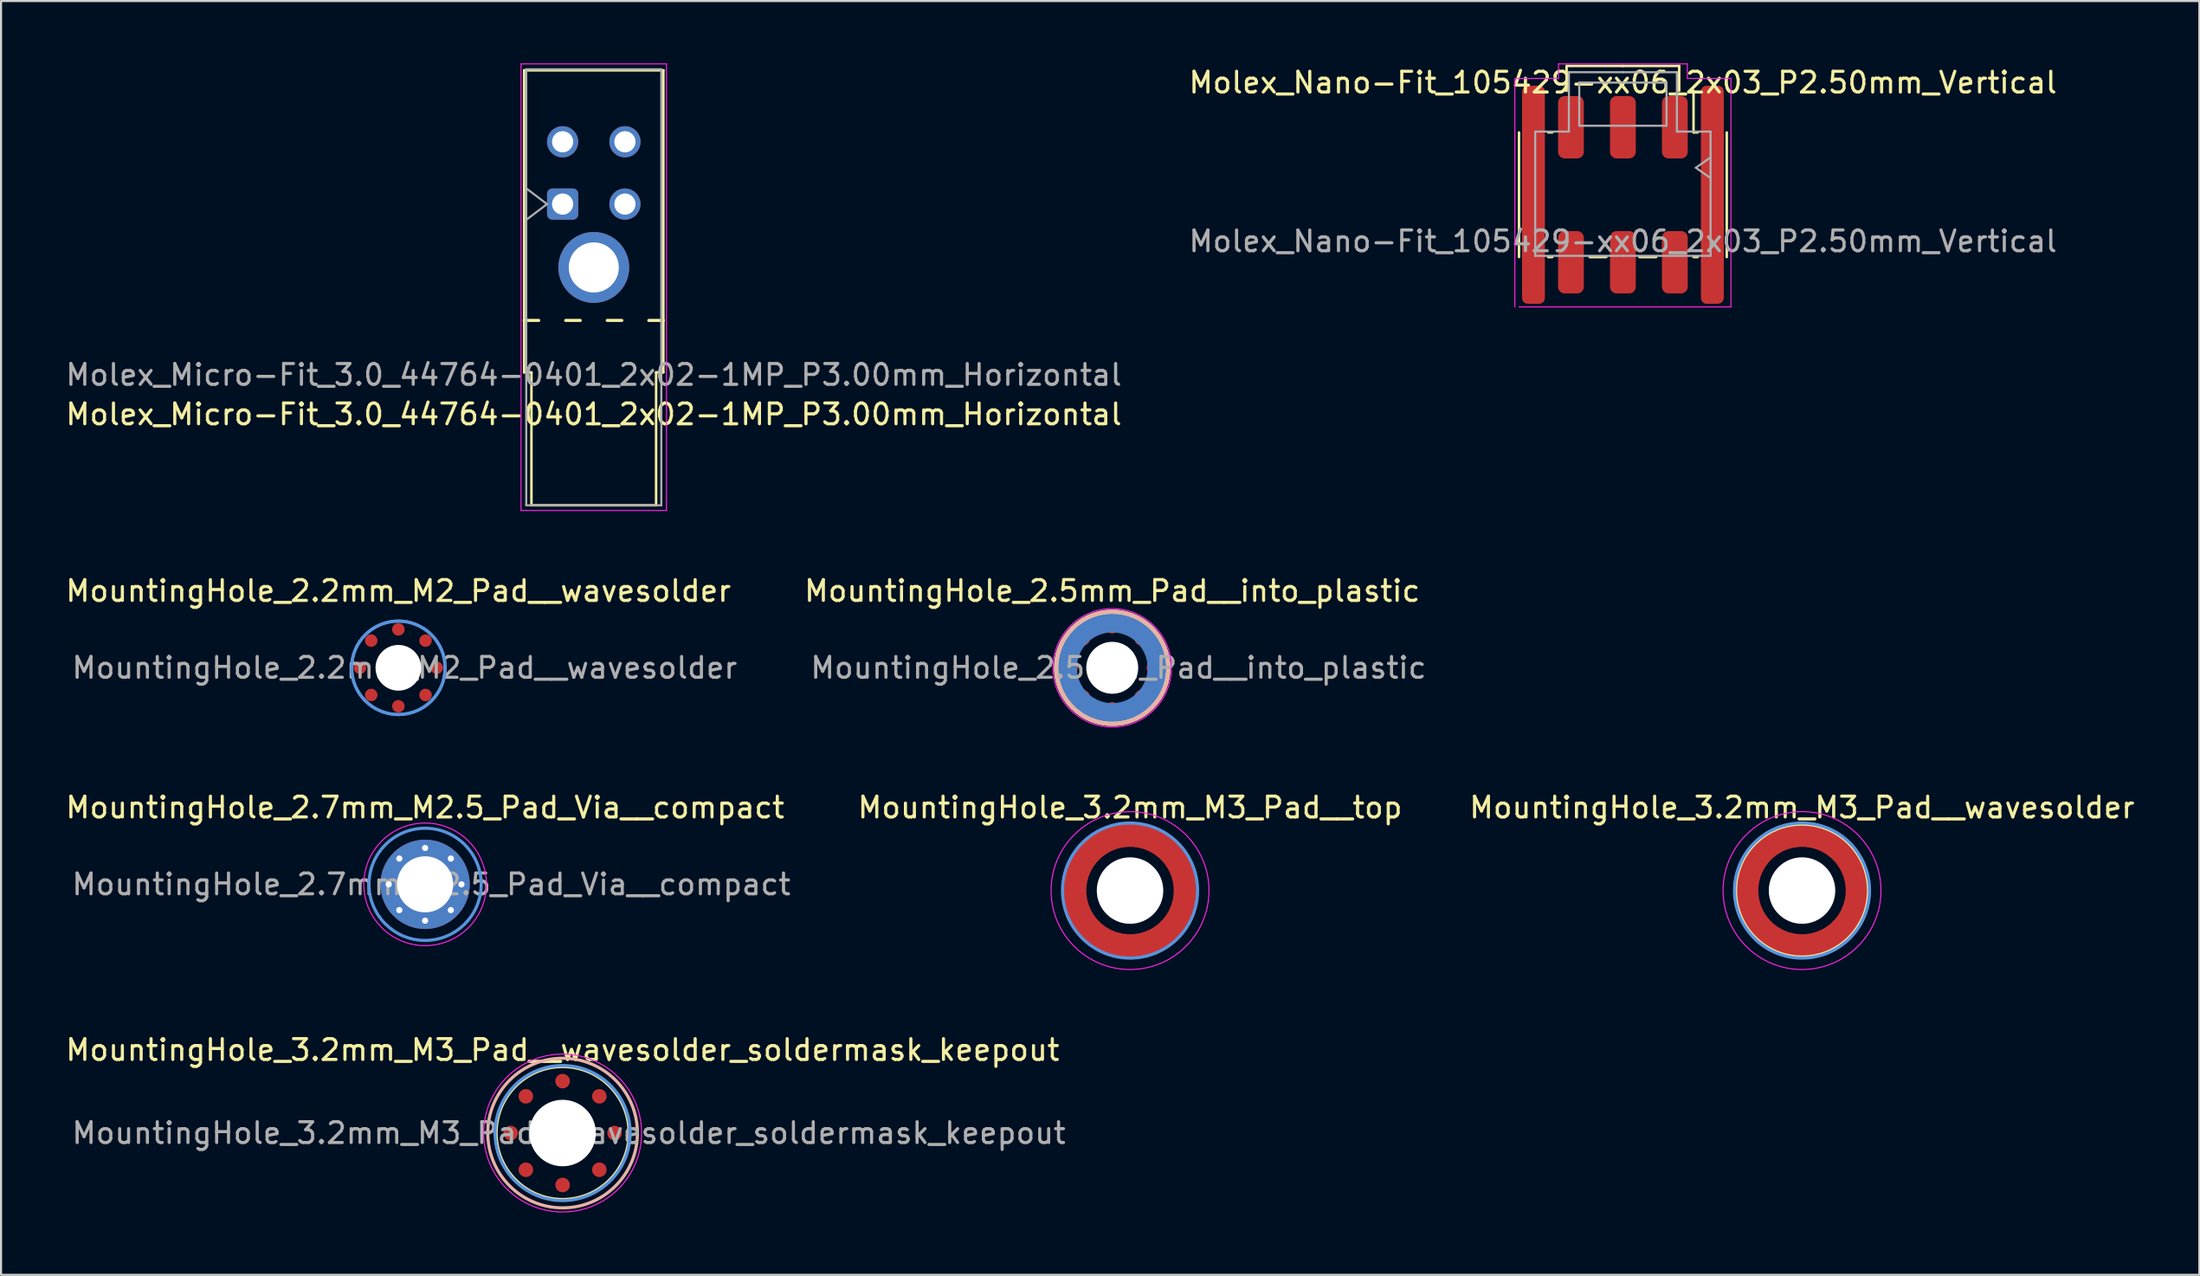
<source format=kicad_pcb>
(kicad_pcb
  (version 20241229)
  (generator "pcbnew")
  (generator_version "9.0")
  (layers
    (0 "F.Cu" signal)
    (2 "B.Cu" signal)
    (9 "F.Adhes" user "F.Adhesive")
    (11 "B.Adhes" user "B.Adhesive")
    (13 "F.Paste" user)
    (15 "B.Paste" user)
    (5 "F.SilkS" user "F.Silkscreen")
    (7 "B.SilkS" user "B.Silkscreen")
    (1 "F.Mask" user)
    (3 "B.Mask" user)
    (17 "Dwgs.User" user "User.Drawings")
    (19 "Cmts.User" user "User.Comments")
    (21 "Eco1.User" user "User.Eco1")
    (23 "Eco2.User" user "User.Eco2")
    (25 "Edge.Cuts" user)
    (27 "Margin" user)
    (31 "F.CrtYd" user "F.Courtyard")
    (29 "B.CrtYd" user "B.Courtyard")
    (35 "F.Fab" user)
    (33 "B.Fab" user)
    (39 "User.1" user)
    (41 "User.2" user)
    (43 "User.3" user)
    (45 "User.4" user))
  (footprint "MountingHole_3.2mm_M3_Pad__wavesolder_soldermask_keepout"
    (layer "F.Cu")
    (at 24.03 51.495)
    (property "Reference" "MountingHole_3.2mm_M3_Pad__wavesolder_soldermask_keepout" (at 0 -4 0) (layer "F.SilkS") (effects (font (size 1 1) (thickness 0.15))))
    (attr exclude_from_pos_files exclude_from_bom)
    (fp_circle (center 0 0) (end 3.2 0) (stroke (width 0.15) (type solid)) (fill no) (layer "F.SilkS"))
    (fp_circle (center 0 0) (end 3.6 0.1) (stroke (width 0.15) (type solid)) (fill no) (layer "B.SilkS"))
    (fp_circle (center 0 0) (end 3.25 0) (stroke (width 0.15) (type solid)) (fill no) (layer "Cmts.User"))
    (fp_circle (center 0 0) (end 3.8 0) (stroke (width 0.05) (type solid)) (fill no) (layer "F.CrtYd"))
    (fp_text user "${REFERENCE}" (at 0.3 0 0) (layer "F.Fab") (effects (font (size 1 1) (thickness 0.15))))
    (pad "" np_thru_hole circle (at 0 0) (size 3.2 3.2) (drill 3.2) (layers "*.Cu" "*.Mask"))
    (pad "" smd circle (at 0 0) (size 6.6 6.6) (layers "B.Mask"))
    (pad "1" smd circle (at -2.5 0 90) (size 0.7 0.7) (layers "F.Cu" "F.Mask" "F.Paste"))
    (pad "1" smd circle (at -1.768 -1.768 45) (size 0.7 0.7) (layers "F.Cu" "F.Mask" "F.Paste"))
    (pad "1" smd circle (at -1.768 1.768 135) (size 0.7 0.7) (layers "F.Cu" "F.Mask" "F.Paste"))
    (pad "1" smd circle (at 0 -2.5) (size 0.7 0.7) (layers "F.Cu" "F.Mask" "F.Paste"))
    (pad "1" smd circle (at 0 2.5 180) (size 0.7 0.7) (layers "F.Cu" "F.Mask" "F.Paste"))
    (pad "1" smd circle (at 1.768 -1.768 315) (size 0.7 0.7) (layers "F.Cu" "F.Mask" "F.Paste"))
    (pad "1" smd circle (at 1.768 1.768 225) (size 0.7 0.7) (layers "F.Cu" "F.Mask" "F.Paste"))
    (pad "1" smd circle (at 2.5 0 270) (size 0.7 0.7) (layers "F.Cu" "F.Mask" "F.Paste")))
  (footprint "MountingHole_3.2mm_M3_Pad__top"
    (layer "F.Cu")
    (at 51.342 39.822)
    (property "Reference" "MountingHole_3.2mm_M3_Pad__top" (at 0 -4 0) (layer "F.SilkS") (effects (font (size 1 1) (thickness 0.15))))
    (attr exclude_from_pos_files exclude_from_bom)
    (fp_circle (center 0 0) (end 2.1 0) (stroke (width 0) (type solid)) (fill yes) (layer "F.Mask"))
    (fp_circle (center 0 0) (end 3.25 0) (stroke (width 0.15) (type solid)) (fill no) (layer "Cmts.User"))
    (fp_circle (center 0 0) (end 3.8 0) (stroke (width 0.05) (type solid)) (fill no) (layer "F.CrtYd"))
    (pad "" np_thru_hole circle (at 0 0) (size 3.2 3.2) (drill 3.2) (layers "*.Cu" "*.Mask"))
    (pad "1" smd custom (at -0.957 -2.31 22.5) (size 0.7 0.7) (layers "F.Cu" "F.Mask") (options (anchor circle)) (primitives (gr_circle (center 0 2.5) (end 2.7 2.5) (width 1.2) (fill no)))))
  (footprint "MountingHole_2.5mm_Pad__into_plastic"
    (layer "F.Cu")
    (at 50.485 29.098)
    (property "Reference" "MountingHole_2.5mm_Pad__into_plastic" (at 0 -3.7 0) (layer "F.SilkS") (effects (font (size 1 1) (thickness 0.15))))
    (attr exclude_from_pos_files exclude_from_bom)
    (fp_circle (center 0 0) (end 2.7 0) (stroke (width 0.2) (type solid)) (fill no) (layer "F.SilkS"))
    (fp_circle (center 0 0) (end 2.7 0) (stroke (width 0.2) (type solid)) (fill no) (layer "B.SilkS"))
    (fp_circle (center 0 0) (end 2.85 0) (stroke (width 0.05) (type solid)) (fill no) (layer "F.CrtYd"))
    (fp_text user "${REFERENCE}" (at 0.3 0 0) (layer "F.Fab") (effects (font (size 1 1) (thickness 0.15))))
    (pad "" smd custom (at 0 -2.2) (size 0.5 0.5) (layers "B.Cu") (options (anchor circle)) (primitives (gr_circle (center 0 2.2) (end 2.2 2.2) (width 1) (fill no))))
    (pad "" np_thru_hole circle (at 0 0) (size 2.5 2.5) (drill 2.5) (layers "*.Cu" "*.Mask"))
    (pad "1" smd circle (at -2 0 90) (size 0.7 0.7) (layers "F.Cu" "F.Mask" "F.Paste"))
    (pad "1" smd circle (at -1.414 -1.414 45) (size 0.7 0.7) (layers "F.Cu" "F.Mask" "F.Paste"))
    (pad "1" smd circle (at -1.414 1.414 135) (size 0.7 0.7) (layers "F.Cu" "F.Mask" "F.Paste"))
    (pad "1" smd circle (at 0 -2) (size 0.7 0.7) (layers "F.Cu" "F.Mask" "F.Paste"))
    (pad "1" smd circle (at 0 2 180) (size 0.7 0.7) (layers "F.Cu" "F.Mask" "F.Paste"))
    (pad "1" smd circle (at 1.414 -1.414 315) (size 0.7 0.7) (layers "F.Cu" "F.Mask" "F.Paste"))
    (pad "1" smd circle (at 1.414 1.414 225) (size 0.7 0.7) (layers "F.Cu" "F.Mask" "F.Paste"))
    (pad "1" smd circle (at 2 0 270) (size 0.7 0.7) (layers "F.Cu" "F.Mask" "F.Paste")))
  (footprint "Molex_Nano-Fit_105429-xx06_2x03_P2.50mm_Vertical"
    (layer "F.Cu")
    (at 75.065 6.325)
    (property "Reference" "Molex_Nano-Fit_105429-xx06_2x03_P2.50mm_Vertical" (at 0 -5.4 0) (layer "F.SilkS") (effects (font (size 1 1) (thickness 0.15))))
    (attr smd)
    (fp_line (start -5 3) (end -5 -3) (stroke (width 0.12) (type solid)) (layer "F.SilkS"))
    (fp_line (start -3.6 3) (end -3.4 3) (stroke (width 0.12) (type solid)) (layer "F.SilkS"))
    (fp_line (start -3.59 -3) (end -3.4 -3) (stroke (width 0.12) (type solid)) (layer "F.SilkS"))
    (fp_line (start -2.71 -6.2) (end 0 -6.2) (stroke (width 0.12) (type solid)) (layer "F.SilkS"))
    (fp_line (start -2.71 -5) (end -2.71 -6.2) (stroke (width 0.12) (type solid)) (layer "F.SilkS"))
    (fp_line (start -1.6 3) (end -0.8 3) (stroke (width 0.12) (type solid)) (layer "F.SilkS"))
    (fp_line (start 0.8 3) (end 1.6 3) (stroke (width 0.12) (type solid)) (layer "F.SilkS"))
    (fp_line (start 2.71 -6.2) (end 0 -6.2) (stroke (width 0.12) (type solid)) (layer "F.SilkS"))
    (fp_line (start 2.71 -5) (end 2.71 -6.2) (stroke (width 0.12) (type solid)) (layer "F.SilkS"))
    (fp_line (start 3.4 -5) (end 3.2 -5) (stroke (width 0.12) (type solid)) (layer "F.SilkS"))
    (fp_line (start 3.4 -5) (end 3.4 -3) (stroke (width 0.12) (type solid)) (layer "F.SilkS"))
    (fp_line (start 3.4 3) (end 3.6 3) (stroke (width 0.12) (type solid)) (layer "F.SilkS"))
    (fp_line (start 3.6 -3) (end 3.4 -3) (stroke (width 0.12) (type solid)) (layer "F.SilkS"))
    (fp_line (start 5 3) (end 5 -3) (stroke (width 0.12) (type solid)) (layer "F.SilkS"))
    (fp_line (start -5.2 5.4) (end -5.2 -5.6) (stroke (width 0.05) (type solid)) (layer "F.CrtYd"))
    (fp_line (start -5 5.4) (end 5.2 5.4) (stroke (width 0.05) (type solid)) (layer "F.CrtYd"))
    (fp_line (start -3.1 -6.3) (end -3.1 -5.6) (stroke (width 0.05) (type solid)) (layer "F.CrtYd"))
    (fp_line (start -3.1 -6.3) (end 0 -6.3) (stroke (width 0.05) (type solid)) (layer "F.CrtYd"))
    (fp_line (start -3.1 -5.6) (end -5.2 -5.6) (stroke (width 0.05) (type solid)) (layer "F.CrtYd"))
    (fp_line (start 3.1 -6.3) (end 0 -6.3) (stroke (width 0.05) (type solid)) (layer "F.CrtYd"))
    (fp_line (start 3.1 -5.6) (end 3.1 -6.3) (stroke (width 0.05) (type solid)) (layer "F.CrtYd"))
    (fp_line (start 5.2 -5.6) (end 3.1 -5.6) (stroke (width 0.05) (type solid)) (layer "F.CrtYd"))
    (fp_line (start 5.2 5.4) (end 5.2 -5.6) (stroke (width 0.05) (type solid)) (layer "F.CrtYd"))
    (fp_line (start -4.22 -3.04) (end -2.6 -3.04) (stroke (width 0.1) (type solid)) (layer "F.Fab"))
    (fp_line (start -4.22 2.94) (end -4.22 -3.04) (stroke (width 0.1) (type solid)) (layer "F.Fab"))
    (fp_line (start -2.6 -5.9) (end 0 -5.9) (stroke (width 0.1) (type solid)) (layer "F.Fab"))
    (fp_line (start -2.6 -3.04) (end -2.6 -5.9) (stroke (width 0.1) (type solid)) (layer "F.Fab"))
    (fp_line (start -2.1 -5.4) (end -2.1 -3.32) (stroke (width 0.1) (type solid)) (layer "F.Fab"))
    (fp_line (start -2.1 -3.32) (end 2.1 -3.32) (stroke (width 0.1) (type solid)) (layer "F.Fab"))
    (fp_line (start 0 2.94) (end -4.22 2.94) (stroke (width 0.1) (type solid)) (layer "F.Fab"))
    (fp_line (start 0 2.94) (end 4.22 2.94) (stroke (width 0.1) (type solid)) (layer "F.Fab"))
    (fp_line (start 2.1 -5.4) (end -2.1 -5.4) (stroke (width 0.1) (type solid)) (layer "F.Fab"))
    (fp_line (start 2.1 -3.32) (end 2.1 -5.4) (stroke (width 0.1) (type solid)) (layer "F.Fab"))
    (fp_line (start 2.6 -5.9) (end 0 -5.9) (stroke (width 0.1) (type solid)) (layer "F.Fab"))
    (fp_line (start 2.6 -3.04) (end 2.6 -5.9) (stroke (width 0.1) (type solid)) (layer "F.Fab"))
    (fp_line (start 3.513 -1.3) (end 4.22 -0.8) (stroke (width 0.1) (type solid)) (layer "F.Fab"))
    (fp_line (start 4.22 -3.04) (end 2.6 -3.04) (stroke (width 0.1) (type solid)) (layer "F.Fab"))
    (fp_line (start 4.22 -1.8) (end 3.513 -1.3) (stroke (width 0.1) (type solid)) (layer "F.Fab"))
    (fp_line (start 4.22 2.94) (end 4.22 -3.04) (stroke (width 0.1) (type solid)) (layer "F.Fab"))
    (fp_text user "${REFERENCE}" (at 0 2.24 0) (layer "F.Fab") (effects (font (size 1 1) (thickness 0.15))))
    (pad "0" smd roundrect (at -4.305 0) (size 1.1 10.5) (layers "F.Cu" "F.Mask" "F.Paste") (roundrect_rratio 0.25))
    (pad "0" smd roundrect (at 4.305 0 180) (size 1.1 10.5) (layers "F.Cu" "F.Mask" "F.Paste") (roundrect_rratio 0.25))
    (pad "1" smd roundrect (at 2.5 -3.25) (size 1.24 3) (layers "F.Cu" "F.Mask" "F.Paste") (roundrect_rratio 0.25))
    (pad "2" smd roundrect (at 0 -3.25) (size 1.24 3) (layers "F.Cu" "F.Mask" "F.Paste") (roundrect_rratio 0.25))
    (pad "3" smd roundrect (at -2.5 -3.25) (size 1.24 3) (layers "F.Cu" "F.Mask" "F.Paste") (roundrect_rratio 0.25))
    (pad "4" smd roundrect (at 2.5 3.25 180) (size 1.24 3) (layers "F.Cu" "F.Mask" "F.Paste") (roundrect_rratio 0.25))
    (pad "5" smd roundrect (at 0 3.25 180) (size 1.24 3) (layers "F.Cu" "F.Mask" "F.Paste") (roundrect_rratio 0.25))
    (pad "6" smd roundrect (at -2.5 3.25 180) (size 1.24 3) (layers "F.Cu" "F.Mask" "F.Paste") (roundrect_rratio 0.25)))
  (footprint "Molex_Micro-Fit_3.0_44764-0401_2x02-1MP_P3.00mm_Horizontal"
    (layer "F.Cu")
    (at 25.53 6.775)
    (property "Reference" "Molex_Micro-Fit_3.0_44764-0401_2x02-1MP_P3.00mm_Horizontal" (at 0 10.12 180) (layer "F.SilkS") (effects (font (size 1 1) (thickness 0.15))))
    (attr through_hole)
    (fp_line (start -3.35 -6.44) (end -3.35 8.1) (stroke (width 0.12) (type solid)) (layer "F.SilkS"))
    (fp_line (start -3.35 -6.44) (end 3.35 -6.44) (stroke (width 0.12) (type solid)) (layer "F.SilkS"))
    (fp_line (start -3.35 8.1) (end -3 8.1) (stroke (width 0.12) (type solid)) (layer "F.SilkS"))
    (fp_line (start -3 8.1) (end -3 14.5) (stroke (width 0.12) (type solid)) (layer "F.SilkS"))
    (fp_line (start -3 14.5) (end 3 14.5) (stroke (width 0.12) (type solid)) (layer "F.SilkS"))
    (fp_line (start -2.65 5.6) (end -3.35 5.6) (stroke (width 0.15) (type solid)) (layer "F.SilkS"))
    (fp_line (start -0.65 5.6) (end -1.35 5.6) (stroke (width 0.15) (type solid)) (layer "F.SilkS"))
    (fp_line (start 1.35 5.6) (end 0.65 5.6) (stroke (width 0.15) (type solid)) (layer "F.SilkS"))
    (fp_line (start 3 8.1) (end 3 14.5) (stroke (width 0.12) (type solid)) (layer "F.SilkS"))
    (fp_line (start 3 8.1) (end 3.35 8.1) (stroke (width 0.12) (type solid)) (layer "F.SilkS"))
    (fp_line (start 3.35 -6.44) (end 3.35 8.1) (stroke (width 0.12) (type solid)) (layer "F.SilkS"))
    (fp_line (start 3.35 5.6) (end 2.65 5.6) (stroke (width 0.15) (type solid)) (layer "F.SilkS"))
    (fp_line (start 5.8 5.6) (end -5.8 5.6) (stroke (width 0.05) (type solid)) (layer "Eco2.User"))
    (fp_line (start -3.5 -6.75) (end -3.5 14.75) (stroke (width 0.05) (type solid)) (layer "F.CrtYd"))
    (fp_line (start -3.5 -6.75) (end 3.5 -6.75) (stroke (width 0.05) (type solid)) (layer "F.CrtYd"))
    (fp_line (start 3.5 14.75) (end -3.5 14.75) (stroke (width 0.05) (type solid)) (layer "F.CrtYd"))
    (fp_line (start 3.5 14.75) (end 3.5 -6.75) (stroke (width 0.05) (type solid)) (layer "F.CrtYd"))
    (fp_line (start -3.25 -6.49) (end 3.25 -6.49) (stroke (width 0.1) (type solid)) (layer "F.Fab"))
    (fp_line (start -3.25 14.5) (end -3.25 -6.49) (stroke (width 0.1) (type solid)) (layer "F.Fab"))
    (fp_line (start -3.24 -0.75) (end -2.25 0) (stroke (width 0.1) (type solid)) (layer "F.Fab"))
    (fp_line (start -2.25 0) (end -3.24 0.75) (stroke (width 0.1) (type solid)) (layer "F.Fab"))
    (fp_line (start 3.25 -6.49) (end 3.25 14.5) (stroke (width 0.1) (type solid)) (layer "F.Fab"))
    (fp_line (start 3.25 14.5) (end -3.25 14.5) (stroke (width 0.1) (type solid)) (layer "F.Fab"))
    (fp_text user "PCB Edge" (at 0 6.5 0) (layer "Eco2.User") (effects (font (size 0.7 0.7) (thickness 0.15))))
    (fp_text user "${REFERENCE}" (at 0 8.22 180) (layer "F.Fab") (effects (font (size 1 1) (thickness 0.15))))
    (pad "1" thru_hole roundrect (at -1.5 0 180) (size 1.5 1.5) (drill 1.02) (layers "*.Cu" "*.Mask") (roundrect_rratio 0.167))
    (pad "2" thru_hole circle (at 1.5 0 180) (size 1.5 1.5) (drill 1.02) (layers "*.Cu" "*.Mask"))
    (pad "3" thru_hole circle (at -1.5 -3 180) (size 1.5 1.5) (drill 1.02) (layers "*.Cu" "*.Mask"))
    (pad "4" thru_hole circle (at 1.5 -3 180) (size 1.5 1.5) (drill 1.02) (layers "*.Cu" "*.Mask"))
    (pad "MP" thru_hole circle (at 0 3.05 180) (size 3.41 3.41) (drill 2.41) (layers "*.Cu" "*.Mask")))
  (footprint "MountingHole_3.2mm_M3_Pad__wavesolder"
    (layer "F.Cu")
    (at 83.687 39.822)
    (property "Reference" "MountingHole_3.2mm_M3_Pad__wavesolder" (at 0 -4 0) (layer "F.SilkS") (effects (font (size 1 1) (thickness 0.15))))
    (attr exclude_from_pos_files exclude_from_bom)
    (fp_circle (center 0 0) (end 3.2 0) (stroke (width 0.15) (type solid)) (fill no) (layer "F.SilkS"))
    (fp_circle (center 0 0) (end 3.25 0) (stroke (width 0.15) (type solid)) (fill no) (layer "Cmts.User"))
    (fp_circle (center 0 0) (end 3.8 0) (stroke (width 0.05) (type solid)) (fill no) (layer "F.CrtYd"))
    (pad "" np_thru_hole circle (at 0 0) (size 3.2 3.2) (drill 3.2) (layers "*.Cu" "*.Mask"))
    (pad "1" smd circle (at -2.5 0 90) (size 0.7 0.7) (layers "F.Cu" "F.Mask" "F.Paste"))
    (pad "1" smd circle (at -1.768 -1.768 45) (size 0.7 0.7) (layers "F.Cu" "F.Mask" "F.Paste"))
    (pad "1" smd circle (at -1.768 1.768 135) (size 0.7 0.7) (layers "F.Cu" "F.Mask" "F.Paste"))
    (pad "1" smd custom (at -0.957 -2.31 22.5) (size 0.7 0.7) (layers "F.Cu") (options (anchor circle)) (primitives (gr_circle (center 0 2.5) (end 2.7 2.5) (width 1.2) (fill no))))
    (pad "1" smd circle (at 0 -2.5) (size 0.7 0.7) (layers "F.Cu" "F.Mask" "F.Paste"))
    (pad "1" smd circle (at 0 2.5 180) (size 0.7 0.7) (layers "F.Cu" "F.Mask" "F.Paste"))
    (pad "1" smd circle (at 1.768 -1.768 315) (size 0.7 0.7) (layers "F.Cu" "F.Mask" "F.Paste"))
    (pad "1" smd circle (at 1.768 1.768 225) (size 0.7 0.7) (layers "F.Cu" "F.Mask" "F.Paste"))
    (pad "1" smd circle (at 2.5 0 270) (size 0.7 0.7) (layers "F.Cu" "F.Mask" "F.Paste")))
  (footprint "MountingHole_2.7mm_M2.5_Pad_Via__compact"
    (layer "F.Cu")
    (at 17.411 39.522)
    (property "Reference" "MountingHole_2.7mm_M2.5_Pad_Via__compact" (at 0 -3.7 0) (layer "F.SilkS") (effects (font (size 1 1) (thickness 0.15))))
    (attr exclude_from_pos_files exclude_from_bom)
    (fp_circle (center 0 0) (end 2.7 0) (stroke (width 0.15) (type solid)) (fill no) (layer "Cmts.User"))
    (fp_circle (center 0 0) (end 2.95 0) (stroke (width 0.05) (type solid)) (fill no) (layer "F.CrtYd"))
    (fp_text user "${REFERENCE}" (at 0.3 0 0) (layer "F.Fab") (effects (font (size 1 1) (thickness 0.15))))
    (pad "1" thru_hole circle (at -1.75 0 90) (size 0.7 0.7) (drill 0.3) (layers "*.Cu" "*.Mask"))
    (pad "1" thru_hole circle (at -1.24 -1.24 90) (size 0.7 0.7) (drill 0.3) (layers "*.Cu" "*.Mask"))
    (pad "1" thru_hole circle (at -1.24 1.24 180) (size 0.7 0.7) (drill 0.3) (layers "*.Cu" "*.Mask"))
    (pad "1" thru_hole circle (at 0 -1.75) (size 0.7 0.7) (drill 0.3) (layers "*.Cu" "*.Mask"))
    (pad "1" thru_hole circle (at 0 0) (size 4.3 4.3) (drill 2.7) (layers "*.Cu" "*.Mask"))
    (pad "1" thru_hole circle (at 0 1.75 180) (size 0.7 0.7) (drill 0.3) (layers "*.Cu" "*.Mask"))
    (pad "1" thru_hole circle (at 1.24 -1.24) (size 0.7 0.7) (drill 0.3) (layers "*.Cu" "*.Mask"))
    (pad "1" thru_hole circle (at 1.24 1.24 270) (size 0.7 0.7) (drill 0.3) (layers "*.Cu" "*.Mask"))
    (pad "1" thru_hole circle (at 1.75 0 270) (size 0.7 0.7) (drill 0.3) (layers "*.Cu" "*.Mask")))
  (footprint "MountingHole_2.2mm_M2_Pad__wavesolder"
    (layer "F.Cu")
    (at 16.125 29.098)
    (property "Reference" "MountingHole_2.2mm_M2_Pad__wavesolder" (at 0 -3.7 0) (layer "F.SilkS") (effects (font (size 1 1) (thickness 0.15))))
    (attr exclude_from_pos_files exclude_from_bom)
    (fp_circle (center 0 0) (end 2.25 0) (stroke (width 0.15) (type solid)) (fill no) (layer "B.Cu"))
    (fp_circle (center 0 0) (end 2.25 0) (stroke (width 0.15) (type solid)) (fill no) (layer "Cmts.User"))
    (fp_circle (center 0 0) (end 2.25 0) (stroke (width 0.05) (type solid)) (fill no) (layer "F.CrtYd"))
    (fp_text user "${REFERENCE}" (at 0.3 0 0) (layer "F.Fab") (effects (font (size 1 1) (thickness 0.15))))
    (pad "" np_thru_hole circle (at 0 0) (size 2.2 2.2) (drill 2.2) (layers "*.Cu" "*.Mask"))
    (pad "1" smd circle (at -1.85 0 90) (size 0.6 0.6) (layers "F.Cu" "F.Mask" "F.Paste"))
    (pad "1" smd circle (at -1.308 -1.308 45) (size 0.6 0.6) (layers "F.Cu" "F.Mask" "F.Paste"))
    (pad "1" smd circle (at -1.308 1.308 135) (size 0.6 0.6) (layers "F.Cu" "F.Mask" "F.Paste"))
    (pad "1" smd circle (at 0 -1.85) (size 0.6 0.6) (layers "F.Cu" "F.Mask" "F.Paste"))
    (pad "1" smd circle (at 0 1.85 180) (size 0.6 0.6) (layers "F.Cu" "F.Mask" "F.Paste"))
    (pad "1" smd circle (at 1.308 -1.308 315) (size 0.6 0.6) (layers "F.Cu" "F.Mask" "F.Paste"))
    (pad "1" smd circle (at 1.308 1.308 225) (size 0.6 0.6) (layers "F.Cu" "F.Mask" "F.Paste"))
    (pad "1" smd circle (at 1.85 0 270) (size 0.6 0.6) (layers "F.Cu" "F.Mask" "F.Paste")))
  (gr_rect
    (start -3 -3)
    (end 102.812 58.32)
    (stroke (width 0.1) (type default))
    (fill no)
    (layer "Edge.Cuts")))
</source>
